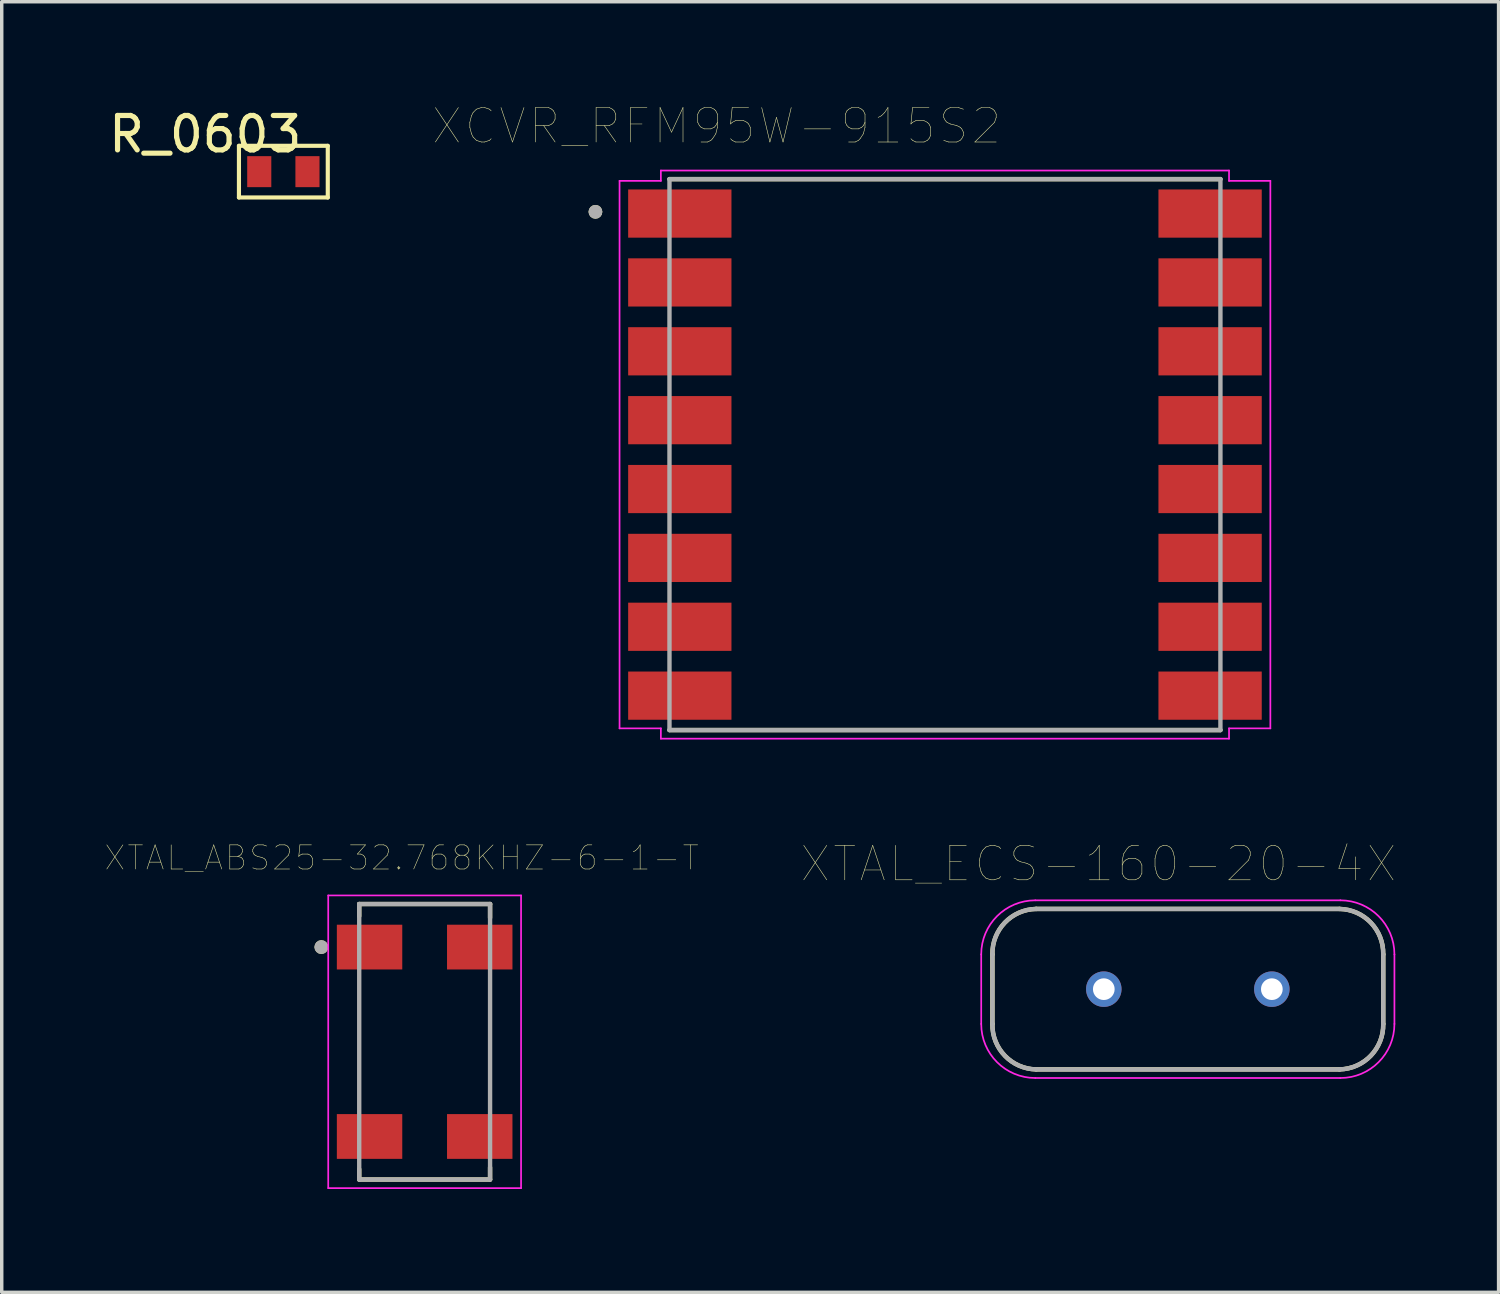
<source format=kicad_pcb>
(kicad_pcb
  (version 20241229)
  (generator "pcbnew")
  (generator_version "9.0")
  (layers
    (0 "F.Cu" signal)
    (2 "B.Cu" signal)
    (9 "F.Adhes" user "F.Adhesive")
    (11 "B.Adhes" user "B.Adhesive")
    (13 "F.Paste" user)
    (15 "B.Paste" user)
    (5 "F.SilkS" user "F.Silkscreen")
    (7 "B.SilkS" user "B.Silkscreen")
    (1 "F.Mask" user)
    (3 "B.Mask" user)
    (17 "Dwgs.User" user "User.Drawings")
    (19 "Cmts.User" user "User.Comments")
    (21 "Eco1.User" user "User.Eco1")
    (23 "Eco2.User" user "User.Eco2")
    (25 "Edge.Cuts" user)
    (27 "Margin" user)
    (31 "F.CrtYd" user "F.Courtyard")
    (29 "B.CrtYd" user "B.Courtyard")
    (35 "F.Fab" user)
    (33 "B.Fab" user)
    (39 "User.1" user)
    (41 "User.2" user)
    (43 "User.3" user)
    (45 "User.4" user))
  (footprint "XCVR_RFM95W-915S2"
    (layer "F.Cu")
    (at 24.392 10.152)
    (property "Reference" "XCVR_RFM95W-915S2" (at -6.631 -9.54 0) (layer "F.SilkS") (effects (font (size 1 1) (thickness 0.015))))
    (attr through_hole)
    (fp_line (start -8 -8) (end 8 -8) (stroke (width 0.127) (type solid)) (layer "F.SilkS"))
    (fp_line (start -8 8) (end 8 8) (stroke (width 0.127) (type solid)) (layer "F.SilkS"))
    (fp_circle (center -10.15 -7.05) (end -10.05 -7.05) (stroke (width 0.2) (type solid)) (fill no) (layer "F.SilkS"))
    (fp_line (start -9.45 -7.95) (end -8.25 -7.95) (stroke (width 0.05) (type solid)) (layer "F.CrtYd"))
    (fp_line (start -9.45 7.95) (end -9.45 -7.95) (stroke (width 0.05) (type solid)) (layer "F.CrtYd"))
    (fp_line (start -8.25 -8.25) (end 8.25 -8.25) (stroke (width 0.05) (type solid)) (layer "F.CrtYd"))
    (fp_line (start -8.25 -7.95) (end -8.25 -8.25) (stroke (width 0.05) (type solid)) (layer "F.CrtYd"))
    (fp_line (start -8.25 7.95) (end -9.45 7.95) (stroke (width 0.05) (type solid)) (layer "F.CrtYd"))
    (fp_line (start -8.25 8.25) (end -8.25 7.95) (stroke (width 0.05) (type solid)) (layer "F.CrtYd"))
    (fp_line (start 8.25 -8.25) (end 8.25 -7.95) (stroke (width 0.05) (type solid)) (layer "F.CrtYd"))
    (fp_line (start 8.25 -7.95) (end 9.45 -7.95) (stroke (width 0.05) (type solid)) (layer "F.CrtYd"))
    (fp_line (start 8.25 7.95) (end 8.25 8.25) (stroke (width 0.05) (type solid)) (layer "F.CrtYd"))
    (fp_line (start 8.25 8.25) (end -8.25 8.25) (stroke (width 0.05) (type solid)) (layer "F.CrtYd"))
    (fp_line (start 9.45 -7.95) (end 9.45 7.95) (stroke (width 0.05) (type solid)) (layer "F.CrtYd"))
    (fp_line (start 9.45 7.95) (end 8.25 7.95) (stroke (width 0.05) (type solid)) (layer "F.CrtYd"))
    (fp_line (start -8 -8) (end 8 -8) (stroke (width 0.127) (type solid)) (layer "F.Fab"))
    (fp_line (start -8 8) (end -8 -8) (stroke (width 0.127) (type solid)) (layer "F.Fab"))
    (fp_line (start 8 -8) (end 8 8) (stroke (width 0.127) (type solid)) (layer "F.Fab"))
    (fp_line (start 8 8) (end -8 8) (stroke (width 0.127) (type solid)) (layer "F.Fab"))
    (fp_circle (center -10.15 -7.05) (end -10.05 -7.05) (stroke (width 0.2) (type solid)) (fill no) (layer "F.Fab"))
    (pad "1" smd rect (at -7.7 -7) (size 3 1.4) (layers "F.Cu" "F.Mask" "F.Paste"))
    (pad "2" smd rect (at -7.7 -5) (size 3 1.4) (layers "F.Cu" "F.Mask" "F.Paste"))
    (pad "3" smd rect (at -7.7 -3) (size 3 1.4) (layers "F.Cu" "F.Mask" "F.Paste"))
    (pad "4" smd rect (at -7.7 -1) (size 3 1.4) (layers "F.Cu" "F.Mask" "F.Paste"))
    (pad "5" smd rect (at -7.7 1) (size 3 1.4) (layers "F.Cu" "F.Mask" "F.Paste"))
    (pad "6" smd rect (at -7.7 3) (size 3 1.4) (layers "F.Cu" "F.Mask" "F.Paste"))
    (pad "7" smd rect (at -7.7 5) (size 3 1.4) (layers "F.Cu" "F.Mask" "F.Paste"))
    (pad "8" smd rect (at -7.7 7) (size 3 1.4) (layers "F.Cu" "F.Mask" "F.Paste"))
    (pad "9" smd rect (at 7.7 7) (size 3 1.4) (layers "F.Cu" "F.Mask" "F.Paste"))
    (pad "10" smd rect (at 7.7 5) (size 3 1.4) (layers "F.Cu" "F.Mask" "F.Paste"))
    (pad "11" smd rect (at 7.7 3) (size 3 1.4) (layers "F.Cu" "F.Mask" "F.Paste"))
    (pad "12" smd rect (at 7.7 1) (size 3 1.4) (layers "F.Cu" "F.Mask" "F.Paste"))
    (pad "13" smd rect (at 7.7 -1) (size 3 1.4) (layers "F.Cu" "F.Mask" "F.Paste"))
    (pad "14" smd rect (at 7.7 -3) (size 3 1.4) (layers "F.Cu" "F.Mask" "F.Paste"))
    (pad "15" smd rect (at 7.7 -5) (size 3 1.4) (layers "F.Cu" "F.Mask" "F.Paste"))
    (pad "16" smd rect (at 7.7 -7) (size 3 1.4) (layers "F.Cu" "F.Mask" "F.Paste")))
  (footprint "XTAL_ABS25-32.768KHZ-6-1-T"
    (layer "F.Cu")
    (at 9.282 27.204)
    (property "Reference" "XTAL_ABS25-32.768KHZ-6-1-T" (at -0.668 -5.341 0) (layer "F.SilkS") (effects (font (size 0.701 0.701) (thickness 0.015))))
    (attr through_hole)
    (fp_line (start -1.9 -4) (end -1.9 -3.65) (stroke (width 0.127) (type solid)) (layer "F.SilkS"))
    (fp_line (start -1.9 4) (end -1.9 3.7) (stroke (width 0.127) (type solid)) (layer "F.SilkS"))
    (fp_line (start 1.9 -4) (end -1.9 -4) (stroke (width 0.127) (type solid)) (layer "F.SilkS"))
    (fp_line (start 1.9 -3.6) (end 1.9 -4) (stroke (width 0.127) (type solid)) (layer "F.SilkS"))
    (fp_line (start 1.9 3.65) (end 1.9 4) (stroke (width 0.127) (type solid)) (layer "F.SilkS"))
    (fp_line (start 1.9 4) (end -1.9 4) (stroke (width 0.127) (type solid)) (layer "F.SilkS"))
    (fp_circle (center -3 -2.75) (end -2.9 -2.75) (stroke (width 0.2) (type solid)) (fill no) (layer "F.SilkS"))
    (fp_line (start -2.8 -4.25) (end -2.8 4.25) (stroke (width 0.05) (type solid)) (layer "F.CrtYd"))
    (fp_line (start -2.8 4.25) (end 2.8 4.25) (stroke (width 0.05) (type solid)) (layer "F.CrtYd"))
    (fp_line (start 2.8 -4.25) (end -2.8 -4.25) (stroke (width 0.05) (type solid)) (layer "F.CrtYd"))
    (fp_line (start 2.8 4.25) (end 2.8 -4.25) (stroke (width 0.05) (type solid)) (layer "F.CrtYd"))
    (fp_line (start -1.9 -4) (end -1.9 4) (stroke (width 0.127) (type solid)) (layer "F.Fab"))
    (fp_line (start -1.9 4) (end 1.9 4) (stroke (width 0.127) (type solid)) (layer "F.Fab"))
    (fp_line (start 1.9 -4) (end -1.9 -4) (stroke (width 0.127) (type solid)) (layer "F.Fab"))
    (fp_line (start 1.9 4) (end 1.9 -4) (stroke (width 0.127) (type solid)) (layer "F.Fab"))
    (fp_circle (center -3 -2.75) (end -2.9 -2.75) (stroke (width 0.2) (type solid)) (fill no) (layer "F.Fab"))
    (pad "1" smd rect (at -1.6 -2.75) (size 1.9 1.3) (layers "F.Cu" "F.Mask" "F.Paste"))
    (pad "2" smd rect (at -1.6 2.75) (size 1.9 1.3) (layers "F.Cu" "F.Mask" "F.Paste"))
    (pad "3" smd rect (at 1.6 2.75) (size 1.9 1.3) (layers "F.Cu" "F.Mask" "F.Paste"))
    (pad "4" smd rect (at 1.6 -2.75) (size 1.9 1.3) (layers "F.Cu" "F.Mask" "F.Paste")))
  (footprint "R_0603"
    (layer "F.Cu")
    (at 5.179 1.935)
    (property "Reference" "R_0603" (at -2.268 -1.087 0) (layer "F.SilkS") (effects (font (size 1 1) (thickness 0.15))))
    (attr through_hole)
    (fp_line (start -1.29 -0.75) (end -1.29 0.75) (stroke (width 0.12) (type solid)) (layer "F.SilkS"))
    (fp_line (start -1.29 0.75) (end 1.29 0.75) (stroke (width 0.12) (type solid)) (layer "F.SilkS"))
    (fp_line (start 1.29 -0.75) (end -1.29 -0.75) (stroke (width 0.12) (type solid)) (layer "F.SilkS"))
    (fp_line (start 1.29 -0.75) (end 1.29 0.75) (stroke (width 0.12) (type solid)) (layer "F.SilkS"))
    (pad "1" smd rect (at 0.7 0) (size 0.7 0.9) (layers "F.Cu" "F.Mask" "F.Paste"))
    (pad "2" smd rect (at -0.7 0) (size 0.7 0.9) (layers "F.Cu" "F.Mask" "F.Paste")))
  (footprint "XTAL_ECS-160-20-4X"
    (layer "F.Cu")
    (at 31.445 25.676)
    (property "Reference" "XTAL_ECS-160-20-4X" (at -2.597 -3.638 0) (layer "F.SilkS") (effects (font (size 1.001 1.001) (thickness 0.015))))
    (attr through_hole)
    (fp_line (start -5.675 1.01) (end -5.675 -1.01) (stroke (width 0.127) (type solid)) (layer "F.SilkS"))
    (fp_line (start -4.405 -2.33) (end 4.405 -2.33) (stroke (width 0.127) (type solid)) (layer "F.SilkS"))
    (fp_line (start 4.405 2.33) (end -4.405 2.33) (stroke (width 0.127) (type solid)) (layer "F.SilkS"))
    (fp_line (start 5.675 -1.01) (end 5.675 1.01) (stroke (width 0.127) (type solid)) (layer "F.SilkS"))
    (fp_arc (start -5.675 -1.01) (mid -5.313381 -1.933026) (end -4.405 -2.33) (stroke (width 0.127) (type solid)) (layer "F.SilkS"))
    (fp_arc (start -4.405 2.33) (mid -5.313381 1.933026) (end -5.675 1.01) (stroke (width 0.127) (type solid)) (layer "F.SilkS"))
    (fp_arc (start 4.405 -2.33) (mid 5.313381 -1.933026) (end 5.675 -1.01) (stroke (width 0.127) (type solid)) (layer "F.SilkS"))
    (fp_arc (start 5.675 1.01) (mid 5.313381 1.933026) (end 4.405 2.33) (stroke (width 0.127) (type solid)) (layer "F.SilkS"))
    (fp_line (start -6 1.01) (end -6 -1.01) (stroke (width 0.05) (type solid)) (layer "F.CrtYd"))
    (fp_line (start -4.43 -2.58) (end 4.43 -2.58) (stroke (width 0.05) (type solid)) (layer "F.CrtYd"))
    (fp_line (start 4.43 2.58) (end -4.43 2.58) (stroke (width 0.05) (type solid)) (layer "F.CrtYd"))
    (fp_line (start 6 -1.01) (end 6 1.01) (stroke (width 0.05) (type solid)) (layer "F.CrtYd"))
    (fp_arc (start -6 -1.01) (mid -5.540158 -2.120158) (end -4.43 -2.58) (stroke (width 0.05) (type solid)) (layer "F.CrtYd"))
    (fp_arc (start -4.43 2.58) (mid -5.540158 2.120158) (end -6 1.01) (stroke (width 0.05) (type solid)) (layer "F.CrtYd"))
    (fp_arc (start 4.43 -2.58) (mid 5.540158 -2.120158) (end 6 -1.01) (stroke (width 0.05) (type solid)) (layer "F.CrtYd"))
    (fp_arc (start 6 1.01) (mid 5.540158 2.120158) (end 4.43 2.58) (stroke (width 0.05) (type solid)) (layer "F.CrtYd"))
    (fp_line (start -5.675 1.01) (end -5.675 -1.01) (stroke (width 0.127) (type solid)) (layer "F.Fab"))
    (fp_line (start -4.405 -2.33) (end 4.405 -2.33) (stroke (width 0.127) (type solid)) (layer "F.Fab"))
    (fp_line (start 4.405 2.33) (end -4.405 2.33) (stroke (width 0.127) (type solid)) (layer "F.Fab"))
    (fp_line (start 5.675 -1.01) (end 5.675 1.01) (stroke (width 0.127) (type solid)) (layer "F.Fab"))
    (fp_arc (start -5.675 -1.01) (mid -5.313381 -1.933026) (end -4.405 -2.33) (stroke (width 0.127) (type solid)) (layer "F.Fab"))
    (fp_arc (start -4.405 2.33) (mid -5.313381 1.933026) (end -5.675 1.01) (stroke (width 0.127) (type solid)) (layer "F.Fab"))
    (fp_arc (start 4.405 -2.33) (mid 5.313381 -1.933026) (end 5.675 -1.01) (stroke (width 0.127) (type solid)) (layer "F.Fab"))
    (fp_arc (start 5.675 1.01) (mid 5.313381 1.933026) (end 4.405 2.33) (stroke (width 0.127) (type solid)) (layer "F.Fab"))
    (pad "1" thru_hole circle (at -2.44 0) (size 1.03 1.03) (drill 0.63) (layers "*.Cu" "*.Mask"))
    (pad "2" thru_hole circle (at 2.44 0) (size 1.03 1.03) (drill 0.63) (layers "*.Cu" "*.Mask")))
  (gr_rect
    (start -3 -3)
    (end 40.47 34.479)
    (stroke (width 0.1) (type default))
    (fill no)
    (layer "Edge.Cuts")))
</source>
